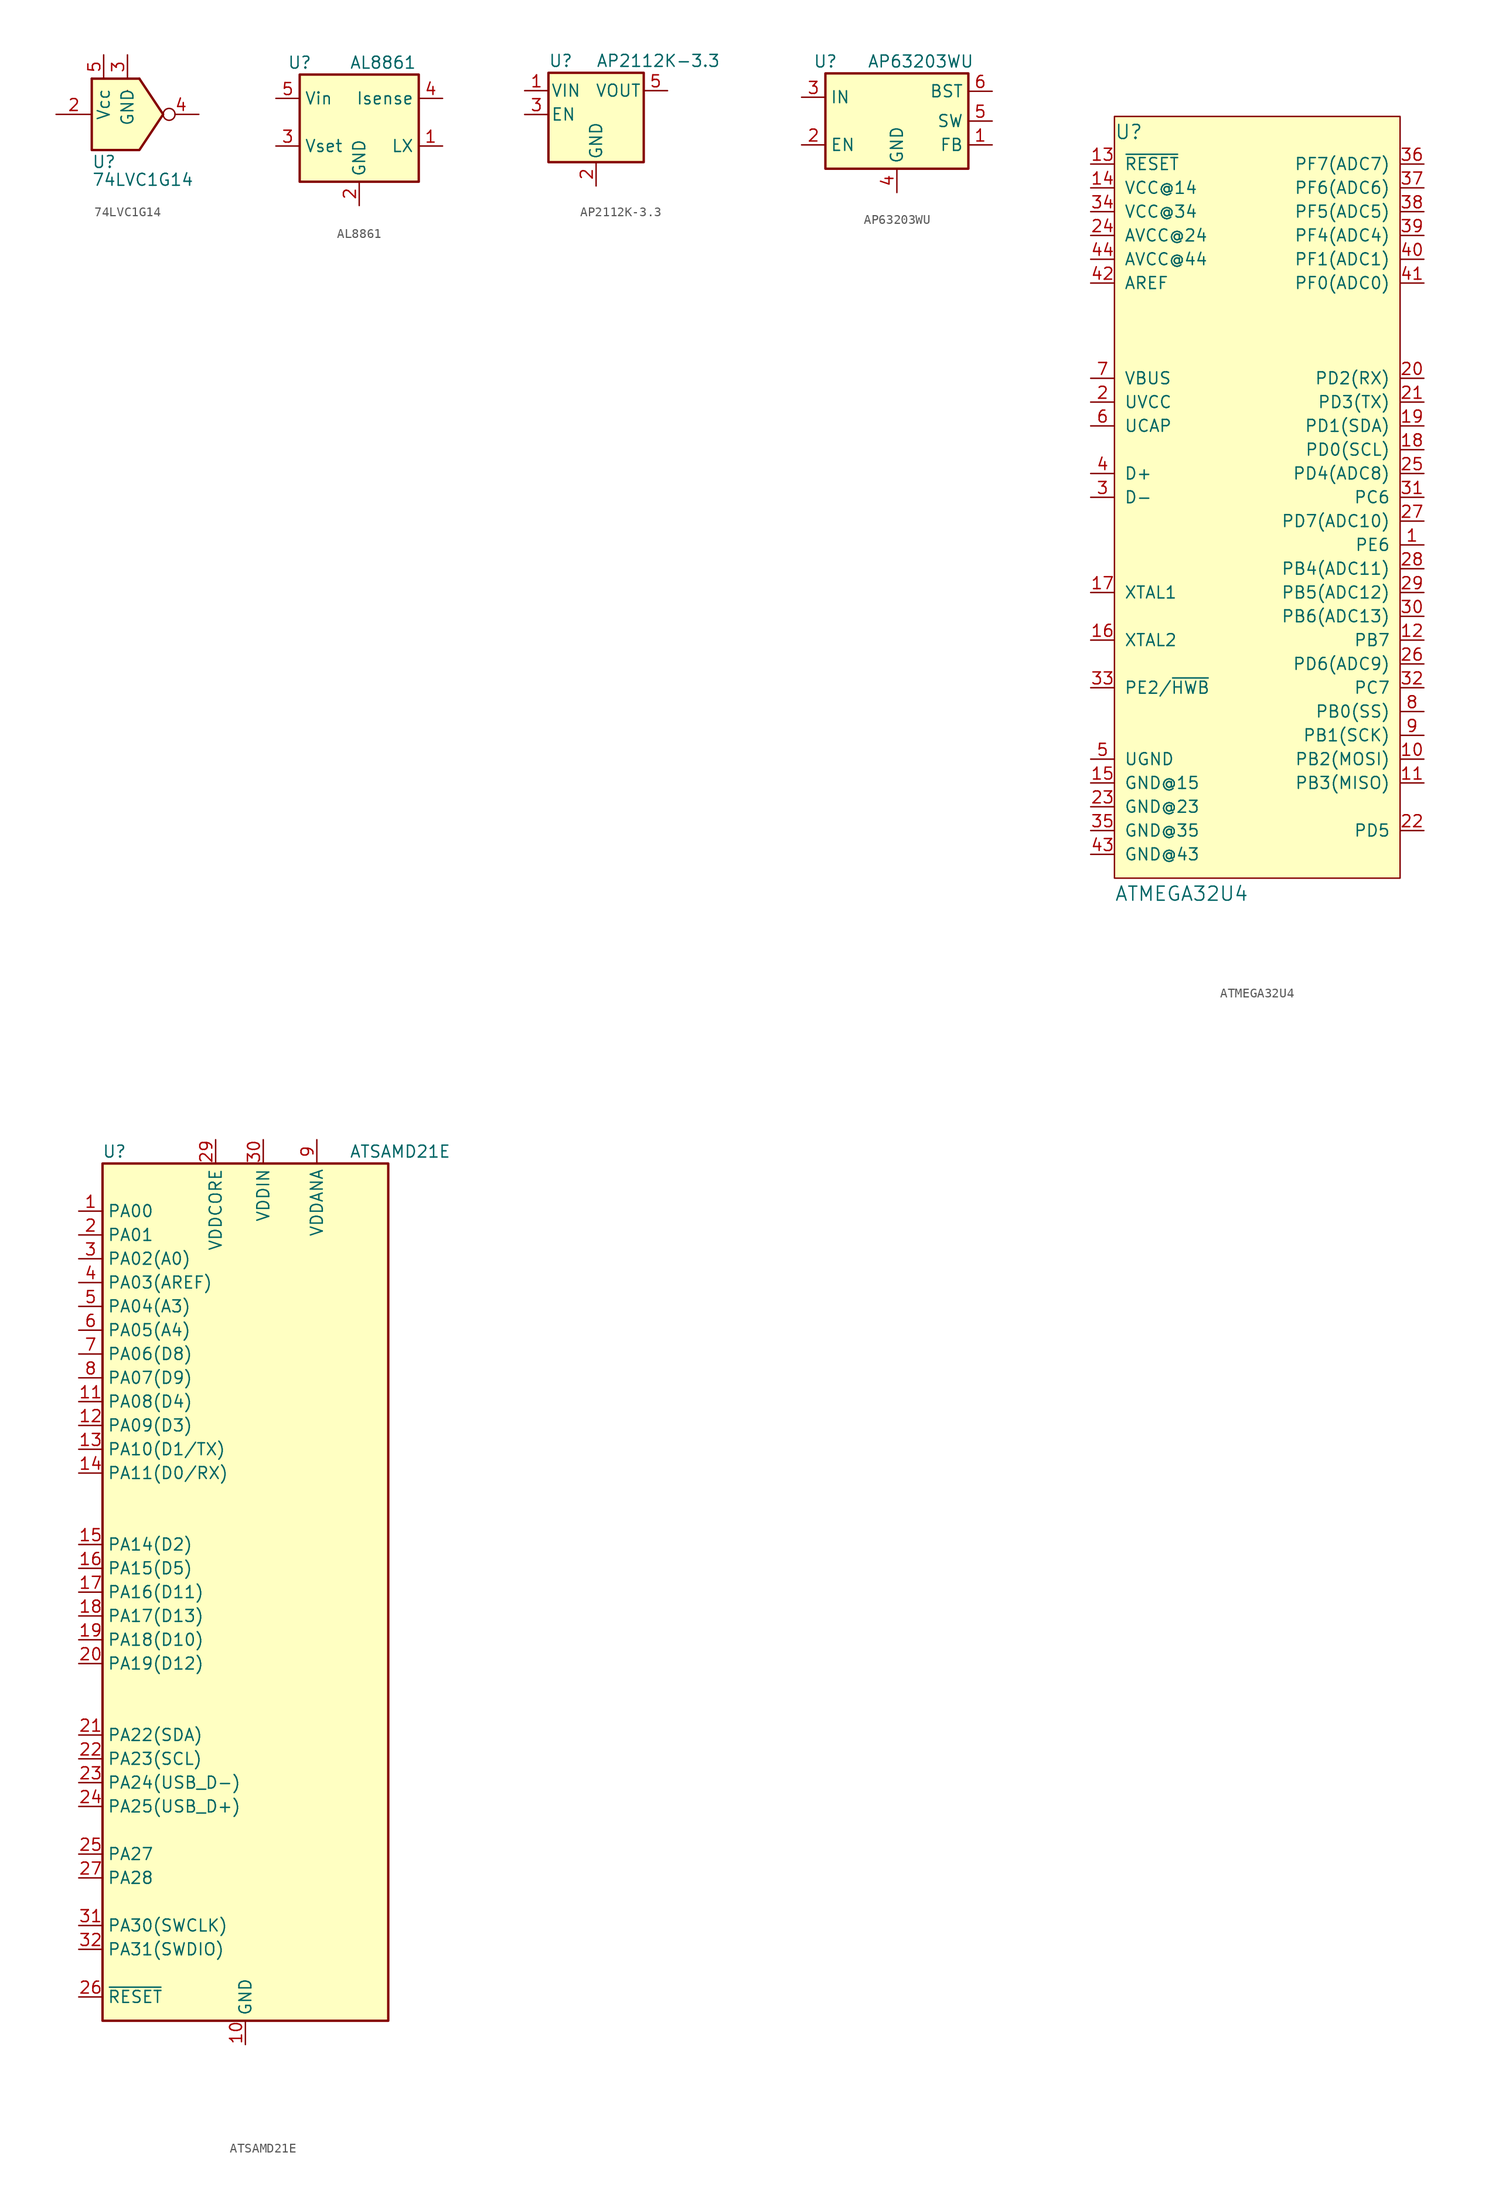
<source format=kicad_sym>
(kicad_symbol_lib
  (version 20220914)
  (generator kicad_symbol_editor)
  (symbol "74LVC1G14"
    (pin_names
      (offset 1.016))
    (property "Reference" "U"
      (at -2.54 -5.08 0)
      (effects (font (size 1.27 1.27)) (justify left)))
    (property "Value" "74LVC1G14"
      (at -2.54 -6.985 0)
      (effects (font (size 1.27 1.27)) (justify left)))
    (symbol "74LVC1G14_0_1"
      (polyline (pts (xy -2.54 3.81) (xy 2.54 3.81)) (stroke (width 0.254) (type default)) (fill (type none)))
      (polyline (pts (xy 1.27 2.54) (xy 1.27 2.54)) (stroke (width 0) (type default)) (fill (type none))))
    (symbol "74LVC1G14_1_0"
      (polyline (pts (xy -2.54 3.81) (xy -2.54 -3.81) (xy 2.54 -3.81) (xy 5.08 0) (xy 2.54 3.81)) (stroke (width 0.254) (type default)) (fill (type background)))
      (pin input line (at -6.35 0 0) (length 3.81) (name "~" (effects (font (size 1.27 1.27)))) (number "2" (effects (font (size 1.27 1.27)))))
      (pin output inverted (at 8.89 0 180) (length 3.81) (name "~" (effects (font (size 1.27 1.27)))) (number "4" (effects (font (size 1.27 1.27))))))
    (symbol "74LVC1G14_1_1"
      (pin passive line (at 1.27 6.35 270) (length 2.54) (name "GND" (effects (font (size 1.27 1.27)))) (number "3" (effects (font (size 1.27 1.27)))))
      (pin passive line (at -1.27 6.35 270) (length 2.54) (name "Vcc" (effects (font (size 1.27 1.27)))) (number "5" (effects (font (size 1.27 1.27)))))))
  (symbol "AL8861"
    (property "Reference" "U"
      (at -6.35 6.35 0)
      (effects (font (size 1.27 1.27))))
    (property "Value" "AL8861"
      (at 2.54 6.35 0)
      (effects (font (size 1.27 1.27))))
    (symbol "AL8861_0_1"
      (rectangle (start -6.35 5.08) (end 6.35 -6.35) (stroke (width 0.254) (type default)) (fill (type background))))
    (symbol "AL8861_1_1"
      (pin input line (at 8.89 -2.54 180) (length 2.54) (name "LX" (effects (font (size 1.27 1.27)))) (number "1" (effects (font (size 1.27 1.27)))))
      (pin power_in line (at 0 -8.89 90) (length 2.54) (name "GND" (effects (font (size 1.27 1.27)))) (number "2" (effects (font (size 1.27 1.27)))))
      (pin input line (at -8.89 -2.54 0) (length 2.54) (name "Vset" (effects (font (size 1.27 1.27)))) (number "3" (effects (font (size 1.27 1.27)))))
      (pin passive line (at 8.89 2.54 180) (length 2.54) (name "Isense" (effects (font (size 1.27 1.27)))) (number "4" (effects (font (size 1.27 1.27)))))
      (pin power_in line (at -8.89 2.54 0) (length 2.54) (name "Vin" (effects (font (size 1.27 1.27)))) (number "5" (effects (font (size 1.27 1.27)))))))
  (symbol "AP2112K-3.3"
    (pin_names
      (offset 0.254))
    (property "Reference" "U"
      (at -5.08 5.715 0)
      (effects (font (size 1.27 1.27)) (justify left)))
    (property "Value" "AP2112K-3.3"
      (at 0 5.715 0)
      (effects (font (size 1.27 1.27)) (justify left)))
    (symbol "AP2112K-3.3_0_1"
      (rectangle (start -5.08 4.445) (end 5.08 -5.08) (stroke (width 0.254) (type default)) (fill (type background))))
    (symbol "AP2112K-3.3_1_1"
      (pin power_in line (at -7.62 2.54 0) (length 2.54) (name "VIN" (effects (font (size 1.27 1.27)))) (number "1" (effects (font (size 1.27 1.27)))))
      (pin power_in line (at 0 -7.62 90) (length 2.54) (name "GND" (effects (font (size 1.27 1.27)))) (number "2" (effects (font (size 1.27 1.27)))))
      (pin input line (at -7.62 0 0) (length 2.54) (name "EN" (effects (font (size 1.27 1.27)))) (number "3" (effects (font (size 1.27 1.27)))))
      (pin no_connect line (at 7.62 0 180) (length 2.54) hide (name "NC" (effects (font (size 1.27 1.27)))) (number "4" (effects (font (size 1.27 1.27)))))
      (pin power_out line (at 7.62 2.54 180) (length 2.54) (name "VOUT" (effects (font (size 1.27 1.27)))) (number "5" (effects (font (size 1.27 1.27)))))))
  (symbol "AP63203WU"
    (property "Reference" "U"
      (at -7.62 6.35 0)
      (effects (font (size 1.27 1.27))))
    (property "Value" "AP63203WU"
      (at 2.54 6.35 0)
      (effects (font (size 1.27 1.27))))
    (symbol "AP63203WU_0_1"
      (rectangle (start -7.62 5.08) (end 7.62 -5.08) (stroke (width 0.254) (type default)) (fill (type background))))
    (symbol "AP63203WU_1_1"
      (pin input line (at 10.16 -2.54 180) (length 2.54) (name "FB" (effects (font (size 1.27 1.27)))) (number "1" (effects (font (size 1.27 1.27)))))
      (pin input line (at -10.16 -2.54 0) (length 2.54) (name "EN" (effects (font (size 1.27 1.27)))) (number "2" (effects (font (size 1.27 1.27)))))
      (pin power_in line (at -10.16 2.54 0) (length 2.54) (name "IN" (effects (font (size 1.27 1.27)))) (number "3" (effects (font (size 1.27 1.27)))))
      (pin power_in line (at 0 -7.62 90) (length 2.54) (name "GND" (effects (font (size 1.27 1.27)))) (number "4" (effects (font (size 1.27 1.27)))))
      (pin output line (at 10.16 0 180) (length 2.54) (name "SW" (effects (font (size 1.27 1.27)))) (number "5" (effects (font (size 1.27 1.27)))))
      (pin passive line (at 10.16 3.175 180) (length 2.54) (name "BST" (effects (font (size 1.27 1.27)))) (number "6" (effects (font (size 1.27 1.27)))))))
  (symbol "ATMEGA32U4"
    (pin_names
      (offset 1.016))
    (property "Reference" "U"
      (at -15.24 38.1 0)
      (effects (font (size 1.499 1.499)) (justify left bottom)))
    (property "Value" "ATMEGA32U4"
      (at -15.24 -43.18 0)
      (effects (font (size 1.499 1.499)) (justify left bottom)))
    (symbol "ATMEGA32U4_1_0"
      (rectangle (start -15.24 -40.64) (end 15.24 40.64) (stroke (width 0) (type default)) (fill (type background)))
      (pin bidirectional line (at 17.78 -5.08 180) (length 2.54) (name "PE6" (effects (font (size 1.27 1.27)))) (number "1" (effects (font (size 1.27 1.27)))))
      (pin bidirectional line (at 17.78 -27.94 180) (length 2.54) (name "PB2(MOSI)" (effects (font (size 1.27 1.27)))) (number "10" (effects (font (size 1.27 1.27)))))
      (pin bidirectional line (at 17.78 -30.48 180) (length 2.54) (name "PB3(MISO)" (effects (font (size 1.27 1.27)))) (number "11" (effects (font (size 1.27 1.27)))))
      (pin bidirectional line (at 17.78 -15.24 180) (length 2.54) (name "PB7" (effects (font (size 1.27 1.27)))) (number "12" (effects (font (size 1.27 1.27)))))
      (pin bidirectional line (at -17.78 35.56 0) (length 2.54) (name "~{RESET}" (effects (font (size 1.27 1.27)))) (number "13" (effects (font (size 1.27 1.27)))))
      (pin bidirectional line (at -17.78 33.02 0) (length 2.54) (name "VCC@14" (effects (font (size 1.27 1.27)))) (number "14" (effects (font (size 1.27 1.27)))))
      (pin bidirectional line (at -17.78 -30.48 0) (length 2.54) (name "GND@15" (effects (font (size 1.27 1.27)))) (number "15" (effects (font (size 1.27 1.27)))))
      (pin bidirectional line (at -17.78 -15.24 0) (length 2.54) (name "XTAL2" (effects (font (size 1.27 1.27)))) (number "16" (effects (font (size 1.27 1.27)))))
      (pin bidirectional line (at -17.78 -10.16 0) (length 2.54) (name "XTAL1" (effects (font (size 1.27 1.27)))) (number "17" (effects (font (size 1.27 1.27)))))
      (pin bidirectional line (at 17.78 5.08 180) (length 2.54) (name "PD0(SCL)" (effects (font (size 1.27 1.27)))) (number "18" (effects (font (size 1.27 1.27)))))
      (pin bidirectional line (at 17.78 7.62 180) (length 2.54) (name "PD1(SDA)" (effects (font (size 1.27 1.27)))) (number "19" (effects (font (size 1.27 1.27)))))
      (pin bidirectional line (at -17.78 10.16 0) (length 2.54) (name "UVCC" (effects (font (size 1.27 1.27)))) (number "2" (effects (font (size 1.27 1.27)))))
      (pin bidirectional line (at 17.78 12.7 180) (length 2.54) (name "PD2(RX)" (effects (font (size 1.27 1.27)))) (number "20" (effects (font (size 1.27 1.27)))))
      (pin bidirectional line (at 17.78 10.16 180) (length 2.54) (name "PD3(TX)" (effects (font (size 1.27 1.27)))) (number "21" (effects (font (size 1.27 1.27)))))
      (pin bidirectional line (at 17.78 -35.56 180) (length 2.54) (name "PD5" (effects (font (size 1.27 1.27)))) (number "22" (effects (font (size 1.27 1.27)))))
      (pin bidirectional line (at -17.78 -33.02 0) (length 2.54) (name "GND@23" (effects (font (size 1.27 1.27)))) (number "23" (effects (font (size 1.27 1.27)))))
      (pin bidirectional line (at -17.78 27.94 0) (length 2.54) (name "AVCC@24" (effects (font (size 1.27 1.27)))) (number "24" (effects (font (size 1.27 1.27)))))
      (pin bidirectional line (at 17.78 2.54 180) (length 2.54) (name "PD4(ADC8)" (effects (font (size 1.27 1.27)))) (number "25" (effects (font (size 1.27 1.27)))))
      (pin bidirectional line (at 17.78 -17.78 180) (length 2.54) (name "PD6(ADC9)" (effects (font (size 1.27 1.27)))) (number "26" (effects (font (size 1.27 1.27)))))
      (pin bidirectional line (at 17.78 -2.54 180) (length 2.54) (name "PD7(ADC10)" (effects (font (size 1.27 1.27)))) (number "27" (effects (font (size 1.27 1.27)))))
      (pin bidirectional line (at 17.78 -7.62 180) (length 2.54) (name "PB4(ADC11)" (effects (font (size 1.27 1.27)))) (number "28" (effects (font (size 1.27 1.27)))))
      (pin bidirectional line (at 17.78 -10.16 180) (length 2.54) (name "PB5(ADC12)" (effects (font (size 1.27 1.27)))) (number "29" (effects (font (size 1.27 1.27)))))
      (pin bidirectional line (at -17.78 0 0) (length 2.54) (name "D-" (effects (font (size 1.27 1.27)))) (number "3" (effects (font (size 1.27 1.27)))))
      (pin bidirectional line (at 17.78 -12.7 180) (length 2.54) (name "PB6(ADC13)" (effects (font (size 1.27 1.27)))) (number "30" (effects (font (size 1.27 1.27)))))
      (pin bidirectional line (at 17.78 0 180) (length 2.54) (name "PC6" (effects (font (size 1.27 1.27)))) (number "31" (effects (font (size 1.27 1.27)))))
      (pin bidirectional line (at 17.78 -20.32 180) (length 2.54) (name "PC7" (effects (font (size 1.27 1.27)))) (number "32" (effects (font (size 1.27 1.27)))))
      (pin bidirectional line (at -17.78 -20.32 0) (length 2.54) (name "PE2/~{HWB}" (effects (font (size 1.27 1.27)))) (number "33" (effects (font (size 1.27 1.27)))))
      (pin bidirectional line (at -17.78 30.48 0) (length 2.54) (name "VCC@34" (effects (font (size 1.27 1.27)))) (number "34" (effects (font (size 1.27 1.27)))))
      (pin bidirectional line (at -17.78 -35.56 0) (length 2.54) (name "GND@35" (effects (font (size 1.27 1.27)))) (number "35" (effects (font (size 1.27 1.27)))))
      (pin bidirectional line (at 17.78 35.56 180) (length 2.54) (name "PF7(ADC7)" (effects (font (size 1.27 1.27)))) (number "36" (effects (font (size 1.27 1.27)))))
      (pin bidirectional line (at 17.78 33.02 180) (length 2.54) (name "PF6(ADC6)" (effects (font (size 1.27 1.27)))) (number "37" (effects (font (size 1.27 1.27)))))
      (pin bidirectional line (at 17.78 30.48 180) (length 2.54) (name "PF5(ADC5)" (effects (font (size 1.27 1.27)))) (number "38" (effects (font (size 1.27 1.27)))))
      (pin bidirectional line (at 17.78 27.94 180) (length 2.54) (name "PF4(ADC4)" (effects (font (size 1.27 1.27)))) (number "39" (effects (font (size 1.27 1.27)))))
      (pin bidirectional line (at -17.78 2.54 0) (length 2.54) (name "D+" (effects (font (size 1.27 1.27)))) (number "4" (effects (font (size 1.27 1.27)))))
      (pin bidirectional line (at 17.78 25.4 180) (length 2.54) (name "PF1(ADC1)" (effects (font (size 1.27 1.27)))) (number "40" (effects (font (size 1.27 1.27)))))
      (pin bidirectional line (at 17.78 22.86 180) (length 2.54) (name "PF0(ADC0)" (effects (font (size 1.27 1.27)))) (number "41" (effects (font (size 1.27 1.27)))))
      (pin bidirectional line (at -17.78 22.86 0) (length 2.54) (name "AREF" (effects (font (size 1.27 1.27)))) (number "42" (effects (font (size 1.27 1.27)))))
      (pin bidirectional line (at -17.78 -38.1 0) (length 2.54) (name "GND@43" (effects (font (size 1.27 1.27)))) (number "43" (effects (font (size 1.27 1.27)))))
      (pin bidirectional line (at -17.78 25.4 0) (length 2.54) (name "AVCC@44" (effects (font (size 1.27 1.27)))) (number "44" (effects (font (size 1.27 1.27)))))
      (pin bidirectional line (at -17.78 -27.94 0) (length 2.54) (name "UGND" (effects (font (size 1.27 1.27)))) (number "5" (effects (font (size 1.27 1.27)))))
      (pin bidirectional line (at -17.78 7.62 0) (length 2.54) (name "UCAP" (effects (font (size 1.27 1.27)))) (number "6" (effects (font (size 1.27 1.27)))))
      (pin bidirectional line (at -17.78 12.7 0) (length 2.54) (name "VBUS" (effects (font (size 1.27 1.27)))) (number "7" (effects (font (size 1.27 1.27)))))
      (pin bidirectional line (at 17.78 -22.86 180) (length 2.54) (name "PB0(SS)" (effects (font (size 1.27 1.27)))) (number "8" (effects (font (size 1.27 1.27)))))
      (pin bidirectional line (at 17.78 -25.4 180) (length 2.54) (name "PB1(SCK)" (effects (font (size 1.27 1.27)))) (number "9" (effects (font (size 1.27 1.27)))))))
  (symbol "ATSAMD21E"
    (property "Reference" "U"
      (at -13.97 46.99 0)
      (effects (font (size 1.27 1.27))))
    (property "Value" "ATSAMD21E"
      (at 16.51 46.99 0)
      (effects (font (size 1.27 1.27))))
    (symbol "ATSAMD21E_1_1"
      (rectangle (start -15.24 45.72) (end 15.24 -45.72) (stroke (width 0.254) (type default)) (fill (type background)))
      (pin bidirectional line (at -17.78 40.64 0) (length 2.54) (name "PA00" (effects (font (size 1.27 1.27)))) (number "1" (effects (font (size 1.27 1.27)))))
      (pin power_in line (at 0 -48.26 90) (length 2.54) (name "GND" (effects (font (size 1.27 1.27)))) (number "10" (effects (font (size 1.27 1.27)))))
      (pin bidirectional line (at -17.78 20.32 0) (length 2.54) (name "PA08(D4)" (effects (font (size 1.27 1.27)))) (number "11" (effects (font (size 1.27 1.27)))))
      (pin bidirectional line (at -17.78 17.78 0) (length 2.54) (name "PA09(D3)" (effects (font (size 1.27 1.27)))) (number "12" (effects (font (size 1.27 1.27)))))
      (pin bidirectional line (at -17.78 15.24 0) (length 2.54) (name "PA10(D1/TX)" (effects (font (size 1.27 1.27)))) (number "13" (effects (font (size 1.27 1.27)))))
      (pin bidirectional line (at -17.78 12.7 0) (length 2.54) (name "PA11(D0/RX)" (effects (font (size 1.27 1.27)))) (number "14" (effects (font (size 1.27 1.27)))))
      (pin bidirectional line (at -17.78 5.08 0) (length 2.54) (name "PA14(D2)" (effects (font (size 1.27 1.27)))) (number "15" (effects (font (size 1.27 1.27)))))
      (pin bidirectional line (at -17.78 2.54 0) (length 2.54) (name "PA15(D5)" (effects (font (size 1.27 1.27)))) (number "16" (effects (font (size 1.27 1.27)))))
      (pin bidirectional line (at -17.78 0 0) (length 2.54) (name "PA16(D11)" (effects (font (size 1.27 1.27)))) (number "17" (effects (font (size 1.27 1.27)))))
      (pin bidirectional line (at -17.78 -2.54 0) (length 2.54) (name "PA17(D13)" (effects (font (size 1.27 1.27)))) (number "18" (effects (font (size 1.27 1.27)))))
      (pin bidirectional line (at -17.78 -5.08 0) (length 2.54) (name "PA18(D10)" (effects (font (size 1.27 1.27)))) (number "19" (effects (font (size 1.27 1.27)))))
      (pin bidirectional line (at -17.78 38.1 0) (length 2.54) (name "PA01" (effects (font (size 1.27 1.27)))) (number "2" (effects (font (size 1.27 1.27)))))
      (pin bidirectional line (at -17.78 -7.62 0) (length 2.54) (name "PA19(D12)" (effects (font (size 1.27 1.27)))) (number "20" (effects (font (size 1.27 1.27)))))
      (pin bidirectional line (at -17.78 -15.24 0) (length 2.54) (name "PA22(SDA)" (effects (font (size 1.27 1.27)))) (number "21" (effects (font (size 1.27 1.27)))))
      (pin bidirectional line (at -17.78 -17.78 0) (length 2.54) (name "PA23(SCL)" (effects (font (size 1.27 1.27)))) (number "22" (effects (font (size 1.27 1.27)))))
      (pin bidirectional line (at -17.78 -20.32 0) (length 2.54) (name "PA24(USB_D-)" (effects (font (size 1.27 1.27)))) (number "23" (effects (font (size 1.27 1.27)))))
      (pin bidirectional line (at -17.78 -22.86 0) (length 2.54) (name "PA25(USB_D+)" (effects (font (size 1.27 1.27)))) (number "24" (effects (font (size 1.27 1.27)))))
      (pin bidirectional line (at -17.78 -27.94 0) (length 2.54) (name "PA27" (effects (font (size 1.27 1.27)))) (number "25" (effects (font (size 1.27 1.27)))))
      (pin input line (at -17.78 -43.18 0) (length 2.54) (name "~{RESET}" (effects (font (size 1.27 1.27)))) (number "26" (effects (font (size 1.27 1.27)))))
      (pin bidirectional line (at -17.78 -30.48 0) (length 2.54) (name "PA28" (effects (font (size 1.27 1.27)))) (number "27" (effects (font (size 1.27 1.27)))))
      (pin passive line (at 0 -48.26 90) (length 2.54) hide (name "GND" (effects (font (size 1.27 1.27)))) (number "28" (effects (font (size 1.27 1.27)))))
      (pin power_out line (at -3.175 48.26 270) (length 2.54) (name "VDDCORE" (effects (font (size 1.27 1.27)))) (number "29" (effects (font (size 1.27 1.27)))))
      (pin bidirectional line (at -17.78 35.56 0) (length 2.54) (name "PA02(A0)" (effects (font (size 1.27 1.27)))) (number "3" (effects (font (size 1.27 1.27)))))
      (pin power_in line (at 1.905 48.26 270) (length 2.54) (name "VDDIN" (effects (font (size 1.27 1.27)))) (number "30" (effects (font (size 1.27 1.27)))))
      (pin bidirectional line (at -17.78 -35.56 0) (length 2.54) (name "PA30(SWCLK)" (effects (font (size 1.27 1.27)))) (number "31" (effects (font (size 1.27 1.27)))))
      (pin bidirectional line (at -17.78 -38.1 0) (length 2.54) (name "PA31(SWDIO)" (effects (font (size 1.27 1.27)))) (number "32" (effects (font (size 1.27 1.27)))))
      (pin bidirectional line (at -17.78 33.02 0) (length 2.54) (name "PA03(AREF)" (effects (font (size 1.27 1.27)))) (number "4" (effects (font (size 1.27 1.27)))))
      (pin bidirectional line (at -17.78 30.48 0) (length 2.54) (name "PA04(A3)" (effects (font (size 1.27 1.27)))) (number "5" (effects (font (size 1.27 1.27)))))
      (pin bidirectional line (at -17.78 27.94 0) (length 2.54) (name "PA05(A4)" (effects (font (size 1.27 1.27)))) (number "6" (effects (font (size 1.27 1.27)))))
      (pin bidirectional line (at -17.78 25.4 0) (length 2.54) (name "PA06(D8)" (effects (font (size 1.27 1.27)))) (number "7" (effects (font (size 1.27 1.27)))))
      (pin bidirectional line (at -17.78 22.86 0) (length 2.54) (name "PA07(D9)" (effects (font (size 1.27 1.27)))) (number "8" (effects (font (size 1.27 1.27)))))
      (pin power_in line (at 7.62 48.26 270) (length 2.54) (name "VDDANA" (effects (font (size 1.27 1.27)))) (number "9" (effects (font (size 1.27 1.27))))))))
</source>
